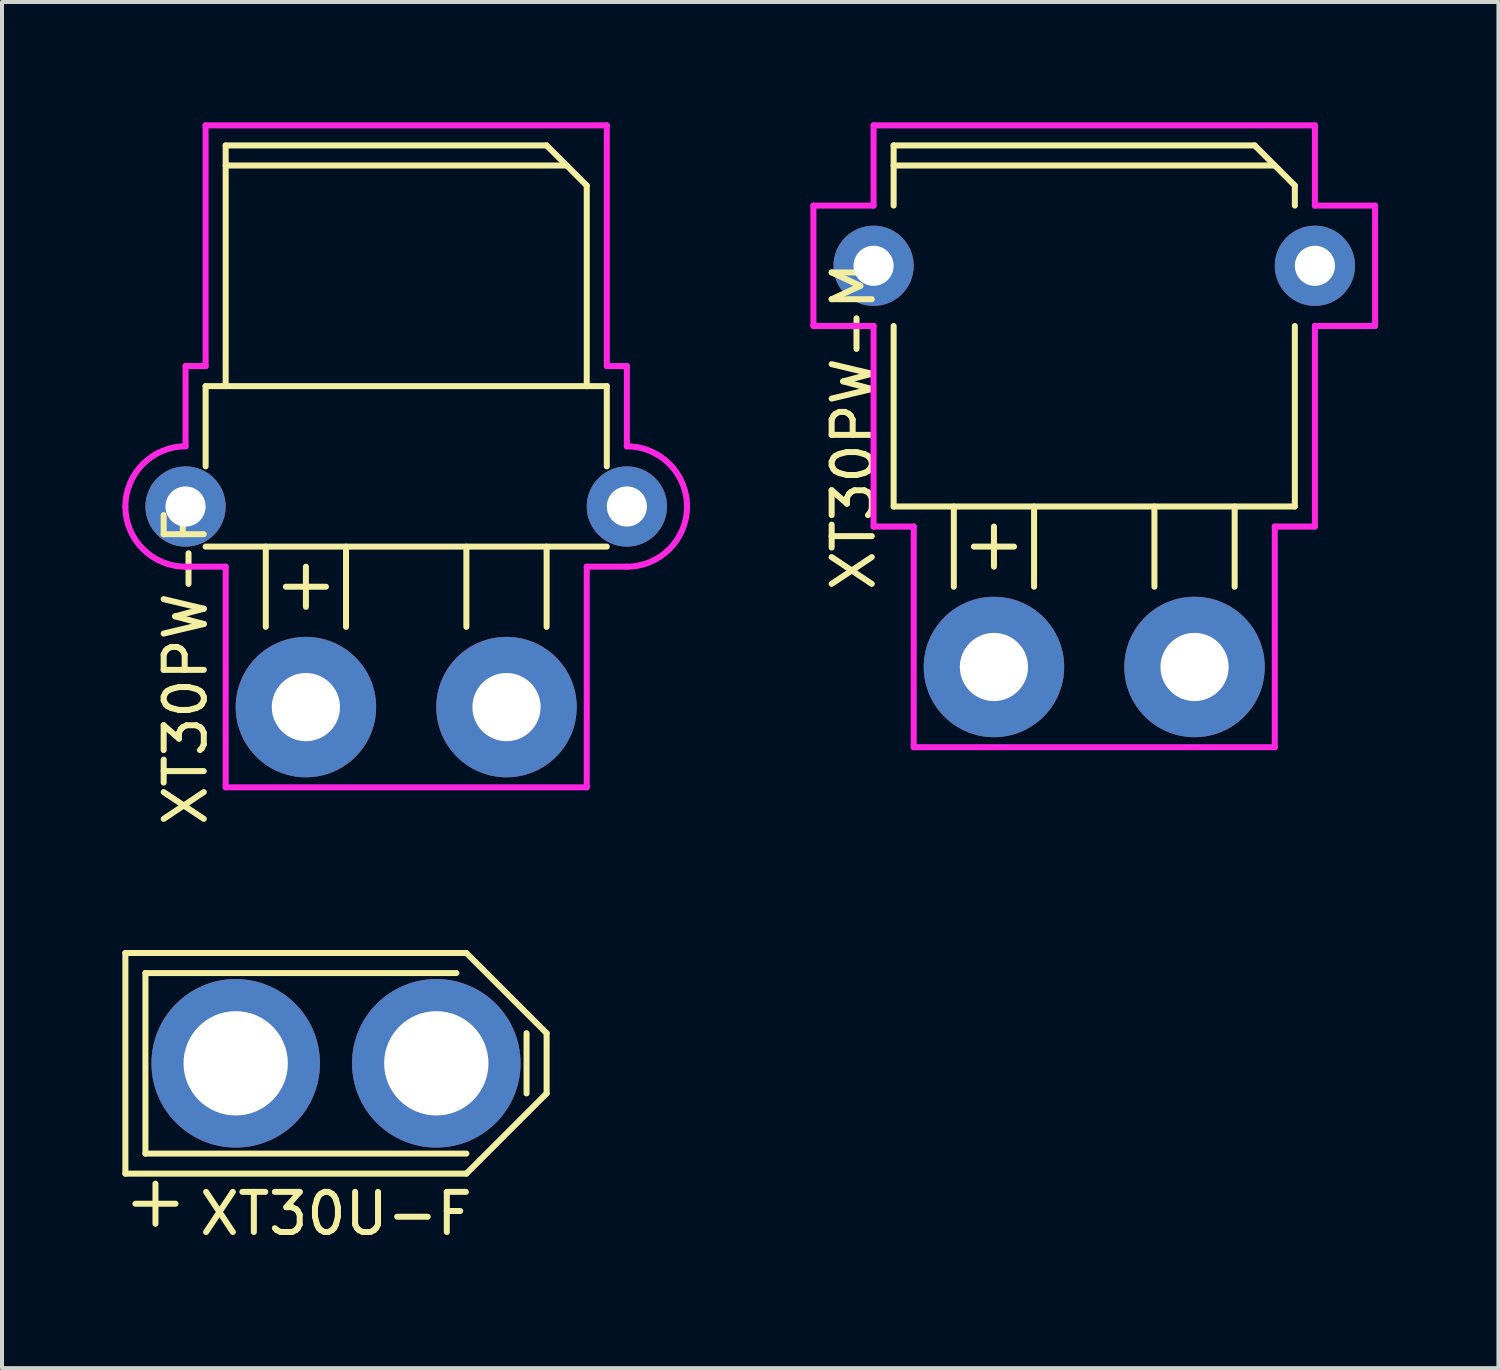
<source format=kicad_pcb>
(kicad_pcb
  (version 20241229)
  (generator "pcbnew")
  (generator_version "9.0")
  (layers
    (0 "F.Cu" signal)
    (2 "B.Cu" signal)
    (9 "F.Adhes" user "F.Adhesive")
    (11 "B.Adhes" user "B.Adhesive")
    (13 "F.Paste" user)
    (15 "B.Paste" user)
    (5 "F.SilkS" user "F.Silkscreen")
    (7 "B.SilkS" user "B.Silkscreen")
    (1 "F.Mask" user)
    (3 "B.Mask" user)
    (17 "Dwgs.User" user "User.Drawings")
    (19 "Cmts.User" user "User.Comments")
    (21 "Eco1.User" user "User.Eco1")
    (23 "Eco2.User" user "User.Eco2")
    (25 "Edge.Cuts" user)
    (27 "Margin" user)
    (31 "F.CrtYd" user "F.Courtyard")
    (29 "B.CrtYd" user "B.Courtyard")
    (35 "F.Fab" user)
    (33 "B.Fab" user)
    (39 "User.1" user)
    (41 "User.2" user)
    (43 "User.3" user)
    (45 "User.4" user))
  (footprint "XT30PW-F"
    (layer "F.Cu")
    (at 7.075 14.575)
    (property "Reference" "XT30PW-F" (at -5.5 -1 90) (layer "F.SilkS") (effects (font (size 1 1) (thickness 0.15))))
    (attr through_hole)
    (fp_line (start -5 -6) (end -5 -8) (stroke (width 0.15) (type solid)) (layer "F.SilkS"))
    (fp_line (start -5 -4) (end 5 -4) (stroke (width 0.15) (type solid)) (layer "F.SilkS"))
    (fp_line (start -4.5 -14) (end 3.5 -14) (stroke (width 0.15) (type solid)) (layer "F.SilkS"))
    (fp_line (start -4.5 -13.5) (end 4 -13.5) (stroke (width 0.15) (type solid)) (layer "F.SilkS"))
    (fp_line (start -4.5 -8) (end -4.5 -14) (stroke (width 0.15) (type solid)) (layer "F.SilkS"))
    (fp_line (start -3.5 -4) (end -3.5 -2) (stroke (width 0.15) (type solid)) (layer "F.SilkS"))
    (fp_line (start -3 -3) (end -2 -3) (stroke (width 0.15) (type solid)) (layer "F.SilkS"))
    (fp_line (start -2.5 -3.5) (end -2.5 -2.5) (stroke (width 0.15) (type solid)) (layer "F.SilkS"))
    (fp_line (start -1.5 -2) (end -1.5 -4) (stroke (width 0.15) (type solid)) (layer "F.SilkS"))
    (fp_line (start 1.5 -4) (end 1.5 -2) (stroke (width 0.15) (type solid)) (layer "F.SilkS"))
    (fp_line (start 3.5 -14) (end 4.5 -13) (stroke (width 0.15) (type solid)) (layer "F.SilkS"))
    (fp_line (start 3.5 -2) (end 3.5 -4) (stroke (width 0.15) (type solid)) (layer "F.SilkS"))
    (fp_line (start 4.5 -13) (end 4.5 -8) (stroke (width 0.15) (type solid)) (layer "F.SilkS"))
    (fp_line (start 5 -8) (end -5 -8) (stroke (width 0.15) (type solid)) (layer "F.SilkS"))
    (fp_line (start 5 -8) (end 5 -6) (stroke (width 0.15) (type solid)) (layer "F.SilkS"))
    (fp_line (start -5.5 -6.5) (end -5.5 -8.5) (stroke (width 0.15) (type solid)) (layer "F.CrtYd"))
    (fp_line (start -5.5 -3.5) (end -4.5 -3.5) (stroke (width 0.15) (type solid)) (layer "F.CrtYd"))
    (fp_line (start -5 -14.5) (end -5 -8.5) (stroke (width 0.15) (type solid)) (layer "F.CrtYd"))
    (fp_line (start -5 -8.5) (end -5.5 -8.5) (stroke (width 0.15) (type solid)) (layer "F.CrtYd"))
    (fp_line (start -4.5 -3.5) (end -4.5 2) (stroke (width 0.15) (type solid)) (layer "F.CrtYd"))
    (fp_line (start -4.5 2) (end 4.5 2) (stroke (width 0.15) (type solid)) (layer "F.CrtYd"))
    (fp_line (start 4.5 -3.5) (end 4.5 2) (stroke (width 0.15) (type solid)) (layer "F.CrtYd"))
    (fp_line (start 5 -14.5) (end -5 -14.5) (stroke (width 0.15) (type solid)) (layer "F.CrtYd"))
    (fp_line (start 5 -8.5) (end 5 -14.5) (stroke (width 0.15) (type solid)) (layer "F.CrtYd"))
    (fp_line (start 5.5 -8.5) (end 5 -8.5) (stroke (width 0.15) (type solid)) (layer "F.CrtYd"))
    (fp_line (start 5.5 -8.5) (end 5.5 -6.5) (stroke (width 0.15) (type solid)) (layer "F.CrtYd"))
    (fp_line (start 5.5 -3.5) (end 4.5 -3.5) (stroke (width 0.15) (type solid)) (layer "F.CrtYd"))
    (fp_arc (start -7 -5) (mid -6.56066 -6.06066) (end -5.5 -6.5) (stroke (width 0.15) (type solid)) (layer "F.CrtYd"))
    (fp_arc (start -5.5 -3.5) (mid -6.56066 -3.93934) (end -7 -5) (stroke (width 0.15) (type solid)) (layer "F.CrtYd"))
    (fp_arc (start 5.5 -6.5) (mid 6.56066 -6.06066) (end 7 -5) (stroke (width 0.15) (type solid)) (layer "F.CrtYd"))
    (fp_arc (start 7 -5) (mid 6.56066 -3.93934) (end 5.5 -3.5) (stroke (width 0.15) (type solid)) (layer "F.CrtYd"))
    (pad "1" thru_hole circle (at -2.5 0) (size 3.5 3.5) (drill 1.7) (layers "*.Cu" "*.Mask"))
    (pad "2" thru_hole circle (at 2.5 0) (size 3.5 3.5) (drill 1.7) (layers "*.Cu" "*.Mask"))
    (pad "3" thru_hole circle (at -5.5 -5) (size 2 2) (drill 1) (layers "*.Cu" "*.Mask"))
    (pad "4" thru_hole circle (at 5.5 -5) (size 2 2) (drill 1) (layers "*.Cu" "*.Mask")))
  (footprint "XT30PW-M"
    (layer "F.Cu")
    (at 24.225 13.575)
    (property "Reference" "XT30PW-M" (at -6 -6 90) (layer "F.SilkS") (effects (font (size 1 1) (thickness 0.15))))
    (attr through_hole)
    (fp_line (start -5 -12.5) (end 4.5 -12.5) (stroke (width 0.15) (type solid)) (layer "F.SilkS"))
    (fp_line (start -5 -11.5) (end -5 -13) (stroke (width 0.15) (type solid)) (layer "F.SilkS"))
    (fp_line (start -5 -8.5) (end -5 -4) (stroke (width 0.15) (type solid)) (layer "F.SilkS"))
    (fp_line (start -5 -4) (end 5 -4) (stroke (width 0.15) (type solid)) (layer "F.SilkS"))
    (fp_line (start -3.5 -4) (end -3.5 -2) (stroke (width 0.15) (type solid)) (layer "F.SilkS"))
    (fp_line (start -3 -3) (end -2 -3) (stroke (width 0.15) (type solid)) (layer "F.SilkS"))
    (fp_line (start -2.5 -3.5) (end -2.5 -2.5) (stroke (width 0.15) (type solid)) (layer "F.SilkS"))
    (fp_line (start -1.5 -2) (end -1.5 -4) (stroke (width 0.15) (type solid)) (layer "F.SilkS"))
    (fp_line (start 1.5 -4) (end 1.5 -2) (stroke (width 0.15) (type solid)) (layer "F.SilkS"))
    (fp_line (start 3.5 -2) (end 3.5 -4) (stroke (width 0.15) (type solid)) (layer "F.SilkS"))
    (fp_line (start 4 -13) (end -5 -13) (stroke (width 0.15) (type solid)) (layer "F.SilkS"))
    (fp_line (start 4 -13) (end 5 -12) (stroke (width 0.15) (type solid)) (layer "F.SilkS"))
    (fp_line (start 5 -12) (end 5 -11.5) (stroke (width 0.15) (type solid)) (layer "F.SilkS"))
    (fp_line (start 5 -4) (end 5 -8.5) (stroke (width 0.15) (type solid)) (layer "F.SilkS"))
    (fp_line (start -7 -11.5) (end -7 -8.5) (stroke (width 0.15) (type solid)) (layer "F.CrtYd"))
    (fp_line (start -7 -8.5) (end -5.5 -8.5) (stroke (width 0.15) (type solid)) (layer "F.CrtYd"))
    (fp_line (start -5.5 -13.5) (end -5.5 -11.5) (stroke (width 0.15) (type solid)) (layer "F.CrtYd"))
    (fp_line (start -5.5 -13.5) (end 5.5 -13.5) (stroke (width 0.15) (type solid)) (layer "F.CrtYd"))
    (fp_line (start -5.5 -11.5) (end -7 -11.5) (stroke (width 0.15) (type solid)) (layer "F.CrtYd"))
    (fp_line (start -5.5 -8.5) (end -5.5 -3.5) (stroke (width 0.15) (type solid)) (layer "F.CrtYd"))
    (fp_line (start -5.5 -3.5) (end -4.5 -3.5) (stroke (width 0.15) (type solid)) (layer "F.CrtYd"))
    (fp_line (start -4.5 -3.5) (end -4.5 2) (stroke (width 0.15) (type solid)) (layer "F.CrtYd"))
    (fp_line (start -4.5 2) (end 4.5 2) (stroke (width 0.15) (type solid)) (layer "F.CrtYd"))
    (fp_line (start 4.5 -3.5) (end 4.5 2) (stroke (width 0.15) (type solid)) (layer "F.CrtYd"))
    (fp_line (start 5.5 -13.5) (end 5.5 -11.5) (stroke (width 0.15) (type solid)) (layer "F.CrtYd"))
    (fp_line (start 5.5 -11.5) (end 7 -11.5) (stroke (width 0.15) (type solid)) (layer "F.CrtYd"))
    (fp_line (start 5.5 -8.5) (end 5.5 -3.5) (stroke (width 0.15) (type solid)) (layer "F.CrtYd"))
    (fp_line (start 5.5 -3.5) (end 4.5 -3.5) (stroke (width 0.15) (type solid)) (layer "F.CrtYd"))
    (fp_line (start 7 -11.5) (end 7 -8.5) (stroke (width 0.15) (type solid)) (layer "F.CrtYd"))
    (fp_line (start 7 -8.5) (end 5.5 -8.5) (stroke (width 0.15) (type solid)) (layer "F.CrtYd"))
    (pad "1" thru_hole circle (at -2.5 0) (size 3.5 3.5) (drill 1.7) (layers "*.Cu" "*.Mask"))
    (pad "2" thru_hole circle (at 2.5 0) (size 3.5 3.5) (drill 1.7) (layers "*.Cu" "*.Mask"))
    (pad "3" thru_hole circle (at -5.5 -10) (size 2 2) (drill 1) (layers "*.Cu" "*.Mask"))
    (pad "4" thru_hole circle (at 5.5 -10) (size 2 2) (drill 1) (layers "*.Cu" "*.Mask")))
  (footprint "XT30U-F"
    (layer "F.Cu")
    (at 5.325 23.454)
    (property "Reference" "XT30U-F" (at 0 3.75 0) (layer "F.SilkS") (effects (font (size 1 1) (thickness 0.15))))
    (attr through_hole)
    (fp_line (start -5.25 -2.75) (end -5.25 2.75) (stroke (width 0.15) (type solid)) (layer "F.SilkS"))
    (fp_line (start -5.25 2.75) (end 3.25 2.75) (stroke (width 0.15) (type solid)) (layer "F.SilkS"))
    (fp_line (start -5 3.5) (end -4 3.5) (stroke (width 0.15) (type solid)) (layer "F.SilkS"))
    (fp_line (start -4.75 -2.25) (end -4.75 2.25) (stroke (width 0.15) (type solid)) (layer "F.SilkS"))
    (fp_line (start -4.75 2.25) (end 3.25 2.25) (stroke (width 0.15) (type solid)) (layer "F.SilkS"))
    (fp_line (start -4.5 3) (end -4.5 4) (stroke (width 0.15) (type solid)) (layer "F.SilkS"))
    (fp_line (start 3 -2.25) (end -4.75 -2.25) (stroke (width 0.15) (type solid)) (layer "F.SilkS"))
    (fp_line (start 3.25 -2.75) (end -5.25 -2.75) (stroke (width 0.15) (type solid)) (layer "F.SilkS"))
    (fp_line (start 4.75 0.75) (end 4.75 -0.75) (stroke (width 0.15) (type solid)) (layer "F.SilkS"))
    (fp_line (start 5.25 -0.75) (end 3.25 -2.75) (stroke (width 0.15) (type solid)) (layer "F.SilkS"))
    (fp_line (start 5.25 -0.75) (end 5.25 0.75) (stroke (width 0.15) (type solid)) (layer "F.SilkS"))
    (fp_line (start 5.25 0.75) (end 3.25 2.75) (stroke (width 0.15) (type solid)) (layer "F.SilkS"))
    (pad "1" thru_hole circle (at -2.5 0) (size 4.2 4.2) (drill 2.6) (layers "*.Cu" "*.Mask"))
    (pad "2" thru_hole circle (at 2.5 0) (size 4.2 4.2) (drill 2.6) (layers "*.Cu" "*.Mask")))
  (gr_rect
    (start -3 -3)
    (end 34.3 31.052)
    (stroke (width 0.1) (type default))
    (fill no)
    (layer "Edge.Cuts")))
</source>
